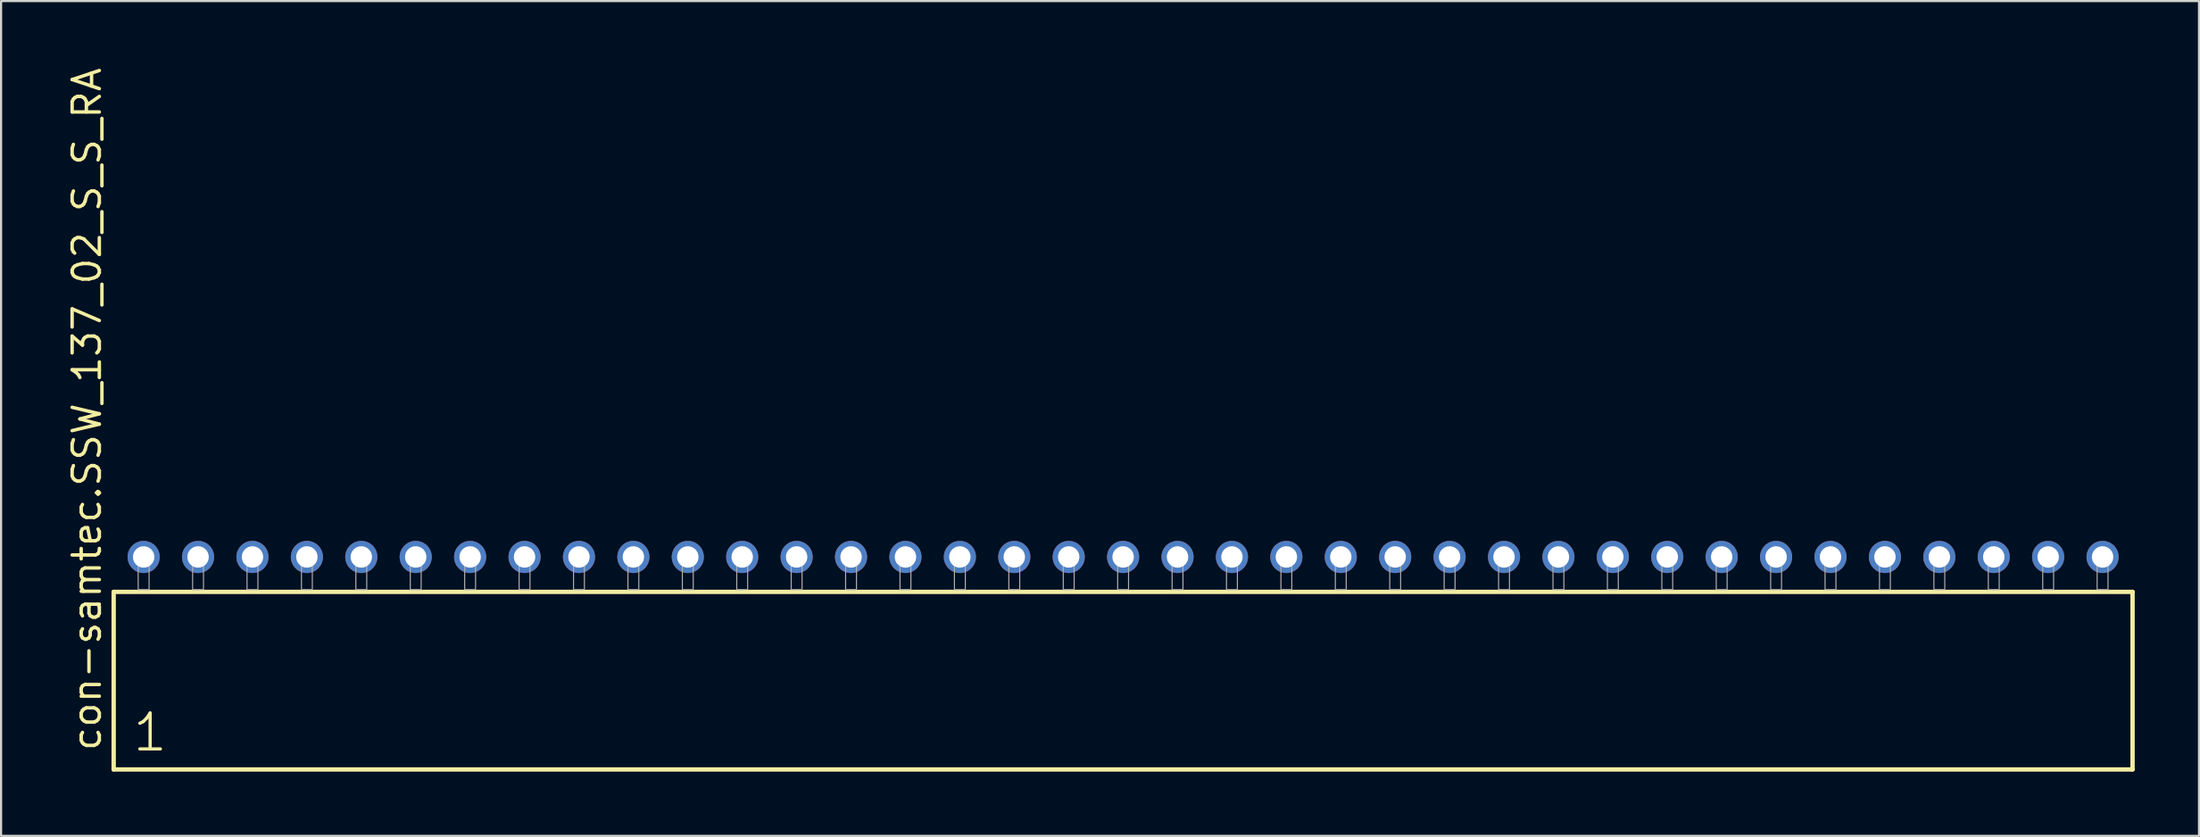
<source format=kicad_pcb>
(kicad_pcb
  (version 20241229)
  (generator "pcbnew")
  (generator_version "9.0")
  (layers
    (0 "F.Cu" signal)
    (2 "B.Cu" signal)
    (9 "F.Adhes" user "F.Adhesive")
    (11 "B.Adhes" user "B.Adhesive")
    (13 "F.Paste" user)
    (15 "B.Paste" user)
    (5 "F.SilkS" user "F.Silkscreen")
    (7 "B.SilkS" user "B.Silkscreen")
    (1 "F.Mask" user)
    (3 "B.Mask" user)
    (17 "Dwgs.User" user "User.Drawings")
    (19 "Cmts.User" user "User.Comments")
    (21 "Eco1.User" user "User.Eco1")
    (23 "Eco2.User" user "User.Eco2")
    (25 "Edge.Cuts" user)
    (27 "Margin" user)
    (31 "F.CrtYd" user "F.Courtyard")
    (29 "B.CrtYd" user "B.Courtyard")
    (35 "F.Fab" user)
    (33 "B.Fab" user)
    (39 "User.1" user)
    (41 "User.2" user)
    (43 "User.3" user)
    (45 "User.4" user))
  (footprint "con-samtec.SSW_137_02_S_S_RA"
    (layer "F.Cu")
    (at 49.375 24.477)
    (property "Reference" "con-samtec.SSW_137_02_S_S_RA" (at -47.625 7.62 90) (layer "F.SilkS") (effects (font (size 1.27 1.27) (thickness 0.16)) (justify left bottom)))
    (attr through_hole)
    (fp_line (start -47.119 0.106) (end -47.119 8.396) (stroke (width 0.203) (type default)) (layer "F.SilkS"))
    (fp_line (start -47.119 8.396) (end 47.119 8.396) (stroke (width 0.203) (type default)) (layer "F.SilkS"))
    (fp_line (start 47.119 0.106) (end -47.119 0.106) (stroke (width 0.203) (type default)) (layer "F.SilkS"))
    (fp_line (start 47.119 8.396) (end 47.119 0.106) (stroke (width 0.203) (type default)) (layer "F.SilkS"))
    (fp_rect (start -45.974 0) (end -45.466 -1.778) (stroke (width 0.05) (type default)) (fill no) (layer "F.Fab"))
    (fp_rect (start -43.434 0) (end -42.926 -1.778) (stroke (width 0.05) (type default)) (fill no) (layer "F.Fab"))
    (fp_rect (start -40.894 0) (end -40.386 -1.778) (stroke (width 0.05) (type default)) (fill no) (layer "F.Fab"))
    (fp_rect (start -38.354 0) (end -37.846 -1.778) (stroke (width 0.05) (type default)) (fill no) (layer "F.Fab"))
    (fp_rect (start -35.814 0) (end -35.306 -1.778) (stroke (width 0.05) (type default)) (fill no) (layer "F.Fab"))
    (fp_rect (start -33.274 0) (end -32.766 -1.778) (stroke (width 0.05) (type default)) (fill no) (layer "F.Fab"))
    (fp_rect (start -30.734 0) (end -30.226 -1.778) (stroke (width 0.05) (type default)) (fill no) (layer "F.Fab"))
    (fp_rect (start -28.194 0) (end -27.686 -1.778) (stroke (width 0.05) (type default)) (fill no) (layer "F.Fab"))
    (fp_rect (start -25.654 0) (end -25.146 -1.778) (stroke (width 0.05) (type default)) (fill no) (layer "F.Fab"))
    (fp_rect (start -23.114 0) (end -22.606 -1.778) (stroke (width 0.05) (type default)) (fill no) (layer "F.Fab"))
    (fp_rect (start -20.574 0) (end -20.066 -1.778) (stroke (width 0.05) (type default)) (fill no) (layer "F.Fab"))
    (fp_rect (start -18.034 0) (end -17.526 -1.778) (stroke (width 0.05) (type default)) (fill no) (layer "F.Fab"))
    (fp_rect (start -15.494 0) (end -14.986 -1.778) (stroke (width 0.05) (type default)) (fill no) (layer "F.Fab"))
    (fp_rect (start -12.954 0) (end -12.446 -1.778) (stroke (width 0.05) (type default)) (fill no) (layer "F.Fab"))
    (fp_rect (start -10.414 0) (end -9.906 -1.778) (stroke (width 0.05) (type default)) (fill no) (layer "F.Fab"))
    (fp_rect (start -7.874 0) (end -7.366 -1.778) (stroke (width 0.05) (type default)) (fill no) (layer "F.Fab"))
    (fp_rect (start -5.334 0) (end -4.826 -1.778) (stroke (width 0.05) (type default)) (fill no) (layer "F.Fab"))
    (fp_rect (start -2.794 0) (end -2.286 -1.778) (stroke (width 0.05) (type default)) (fill no) (layer "F.Fab"))
    (fp_rect (start -0.254 0) (end 0.254 -1.778) (stroke (width 0.05) (type default)) (fill no) (layer "F.Fab"))
    (fp_rect (start 2.286 0) (end 2.794 -1.778) (stroke (width 0.05) (type default)) (fill no) (layer "F.Fab"))
    (fp_rect (start 4.826 0) (end 5.334 -1.778) (stroke (width 0.05) (type default)) (fill no) (layer "F.Fab"))
    (fp_rect (start 7.366 0) (end 7.874 -1.778) (stroke (width 0.05) (type default)) (fill no) (layer "F.Fab"))
    (fp_rect (start 9.906 0) (end 10.414 -1.778) (stroke (width 0.05) (type default)) (fill no) (layer "F.Fab"))
    (fp_rect (start 12.446 0) (end 12.954 -1.778) (stroke (width 0.05) (type default)) (fill no) (layer "F.Fab"))
    (fp_rect (start 14.986 0) (end 15.494 -1.778) (stroke (width 0.05) (type default)) (fill no) (layer "F.Fab"))
    (fp_rect (start 17.526 0) (end 18.034 -1.778) (stroke (width 0.05) (type default)) (fill no) (layer "F.Fab"))
    (fp_rect (start 20.066 0) (end 20.574 -1.778) (stroke (width 0.05) (type default)) (fill no) (layer "F.Fab"))
    (fp_rect (start 22.606 0) (end 23.114 -1.778) (stroke (width 0.05) (type default)) (fill no) (layer "F.Fab"))
    (fp_rect (start 25.146 0) (end 25.654 -1.778) (stroke (width 0.05) (type default)) (fill no) (layer "F.Fab"))
    (fp_rect (start 27.686 0) (end 28.194 -1.778) (stroke (width 0.05) (type default)) (fill no) (layer "F.Fab"))
    (fp_rect (start 30.226 0) (end 30.734 -1.778) (stroke (width 0.05) (type default)) (fill no) (layer "F.Fab"))
    (fp_rect (start 32.766 0) (end 33.274 -1.778) (stroke (width 0.05) (type default)) (fill no) (layer "F.Fab"))
    (fp_rect (start 35.306 0) (end 35.814 -1.778) (stroke (width 0.05) (type default)) (fill no) (layer "F.Fab"))
    (fp_rect (start 37.846 0) (end 38.354 -1.778) (stroke (width 0.05) (type default)) (fill no) (layer "F.Fab"))
    (fp_rect (start 40.386 0) (end 40.894 -1.778) (stroke (width 0.05) (type default)) (fill no) (layer "F.Fab"))
    (fp_rect (start 42.926 0) (end 43.434 -1.778) (stroke (width 0.05) (type default)) (fill no) (layer "F.Fab"))
    (fp_rect (start 45.466 0) (end 45.974 -1.778) (stroke (width 0.05) (type default)) (fill no) (layer "F.Fab"))
    (fp_text user "1" (at -46.315 7.65 0) (layer "F.SilkS") (effects (font (size 1.676 1.676) (thickness 0.15)) (justify left bottom)))
    (pad "1" thru_hole circle (at -45.72 -1.524) (size 1.5 1.5) (drill 1) (layers "*.Cu" "*.Mask"))
    (pad "2" thru_hole circle (at -43.18 -1.524) (size 1.5 1.5) (drill 1) (layers "*.Cu" "*.Mask"))
    (pad "3" thru_hole circle (at -40.64 -1.524) (size 1.5 1.5) (drill 1) (layers "*.Cu" "*.Mask"))
    (pad "4" thru_hole circle (at -38.1 -1.524) (size 1.5 1.5) (drill 1) (layers "*.Cu" "*.Mask"))
    (pad "5" thru_hole circle (at -35.56 -1.524) (size 1.5 1.5) (drill 1) (layers "*.Cu" "*.Mask"))
    (pad "6" thru_hole circle (at -33.02 -1.524) (size 1.5 1.5) (drill 1) (layers "*.Cu" "*.Mask"))
    (pad "7" thru_hole circle (at -30.48 -1.524) (size 1.5 1.5) (drill 1) (layers "*.Cu" "*.Mask"))
    (pad "8" thru_hole circle (at -27.94 -1.524) (size 1.5 1.5) (drill 1) (layers "*.Cu" "*.Mask"))
    (pad "9" thru_hole circle (at -25.4 -1.524) (size 1.5 1.5) (drill 1) (layers "*.Cu" "*.Mask"))
    (pad "10" thru_hole circle (at -22.86 -1.524) (size 1.5 1.5) (drill 1) (layers "*.Cu" "*.Mask"))
    (pad "11" thru_hole circle (at -20.32 -1.524) (size 1.5 1.5) (drill 1) (layers "*.Cu" "*.Mask"))
    (pad "12" thru_hole circle (at -17.78 -1.524) (size 1.5 1.5) (drill 1) (layers "*.Cu" "*.Mask"))
    (pad "13" thru_hole circle (at -15.24 -1.524) (size 1.5 1.5) (drill 1) (layers "*.Cu" "*.Mask"))
    (pad "14" thru_hole circle (at -12.7 -1.524) (size 1.5 1.5) (drill 1) (layers "*.Cu" "*.Mask"))
    (pad "15" thru_hole circle (at -10.16 -1.524) (size 1.5 1.5) (drill 1) (layers "*.Cu" "*.Mask"))
    (pad "16" thru_hole circle (at -7.62 -1.524) (size 1.5 1.5) (drill 1) (layers "*.Cu" "*.Mask"))
    (pad "17" thru_hole circle (at -5.08 -1.524) (size 1.5 1.5) (drill 1) (layers "*.Cu" "*.Mask"))
    (pad "18" thru_hole circle (at -2.54 -1.524) (size 1.5 1.5) (drill 1) (layers "*.Cu" "*.Mask"))
    (pad "19" thru_hole circle (at 0 -1.524) (size 1.5 1.5) (drill 1) (layers "*.Cu" "*.Mask"))
    (pad "20" thru_hole circle (at 2.54 -1.524) (size 1.5 1.5) (drill 1) (layers "*.Cu" "*.Mask"))
    (pad "21" thru_hole circle (at 5.08 -1.524) (size 1.5 1.5) (drill 1) (layers "*.Cu" "*.Mask"))
    (pad "22" thru_hole circle (at 7.62 -1.524) (size 1.5 1.5) (drill 1) (layers "*.Cu" "*.Mask"))
    (pad "23" thru_hole circle (at 10.16 -1.524) (size 1.5 1.5) (drill 1) (layers "*.Cu" "*.Mask"))
    (pad "24" thru_hole circle (at 12.7 -1.524) (size 1.5 1.5) (drill 1) (layers "*.Cu" "*.Mask"))
    (pad "25" thru_hole circle (at 15.24 -1.524) (size 1.5 1.5) (drill 1) (layers "*.Cu" "*.Mask"))
    (pad "26" thru_hole circle (at 17.78 -1.524) (size 1.5 1.5) (drill 1) (layers "*.Cu" "*.Mask"))
    (pad "27" thru_hole circle (at 20.32 -1.524) (size 1.5 1.5) (drill 1) (layers "*.Cu" "*.Mask"))
    (pad "28" thru_hole circle (at 22.86 -1.524) (size 1.5 1.5) (drill 1) (layers "*.Cu" "*.Mask"))
    (pad "29" thru_hole circle (at 25.4 -1.524) (size 1.5 1.5) (drill 1) (layers "*.Cu" "*.Mask"))
    (pad "30" thru_hole circle (at 27.94 -1.524) (size 1.5 1.5) (drill 1) (layers "*.Cu" "*.Mask"))
    (pad "31" thru_hole circle (at 30.48 -1.524) (size 1.5 1.5) (drill 1) (layers "*.Cu" "*.Mask"))
    (pad "32" thru_hole circle (at 33.02 -1.524) (size 1.5 1.5) (drill 1) (layers "*.Cu" "*.Mask"))
    (pad "33" thru_hole circle (at 35.56 -1.524) (size 1.5 1.5) (drill 1) (layers "*.Cu" "*.Mask"))
    (pad "34" thru_hole circle (at 38.1 -1.524) (size 1.5 1.5) (drill 1) (layers "*.Cu" "*.Mask"))
    (pad "35" thru_hole circle (at 40.64 -1.524) (size 1.5 1.5) (drill 1) (layers "*.Cu" "*.Mask"))
    (pad "36" thru_hole circle (at 43.18 -1.524) (size 1.5 1.5) (drill 1) (layers "*.Cu" "*.Mask"))
    (pad "37" thru_hole circle (at 45.72 -1.524) (size 1.5 1.5) (drill 1) (layers "*.Cu" "*.Mask")))
  (gr_rect
    (start -3 -3)
    (end 99.596 35.975)
    (stroke (width 0.1) (type default))
    (fill no)
    (layer "Edge.Cuts")))
</source>
